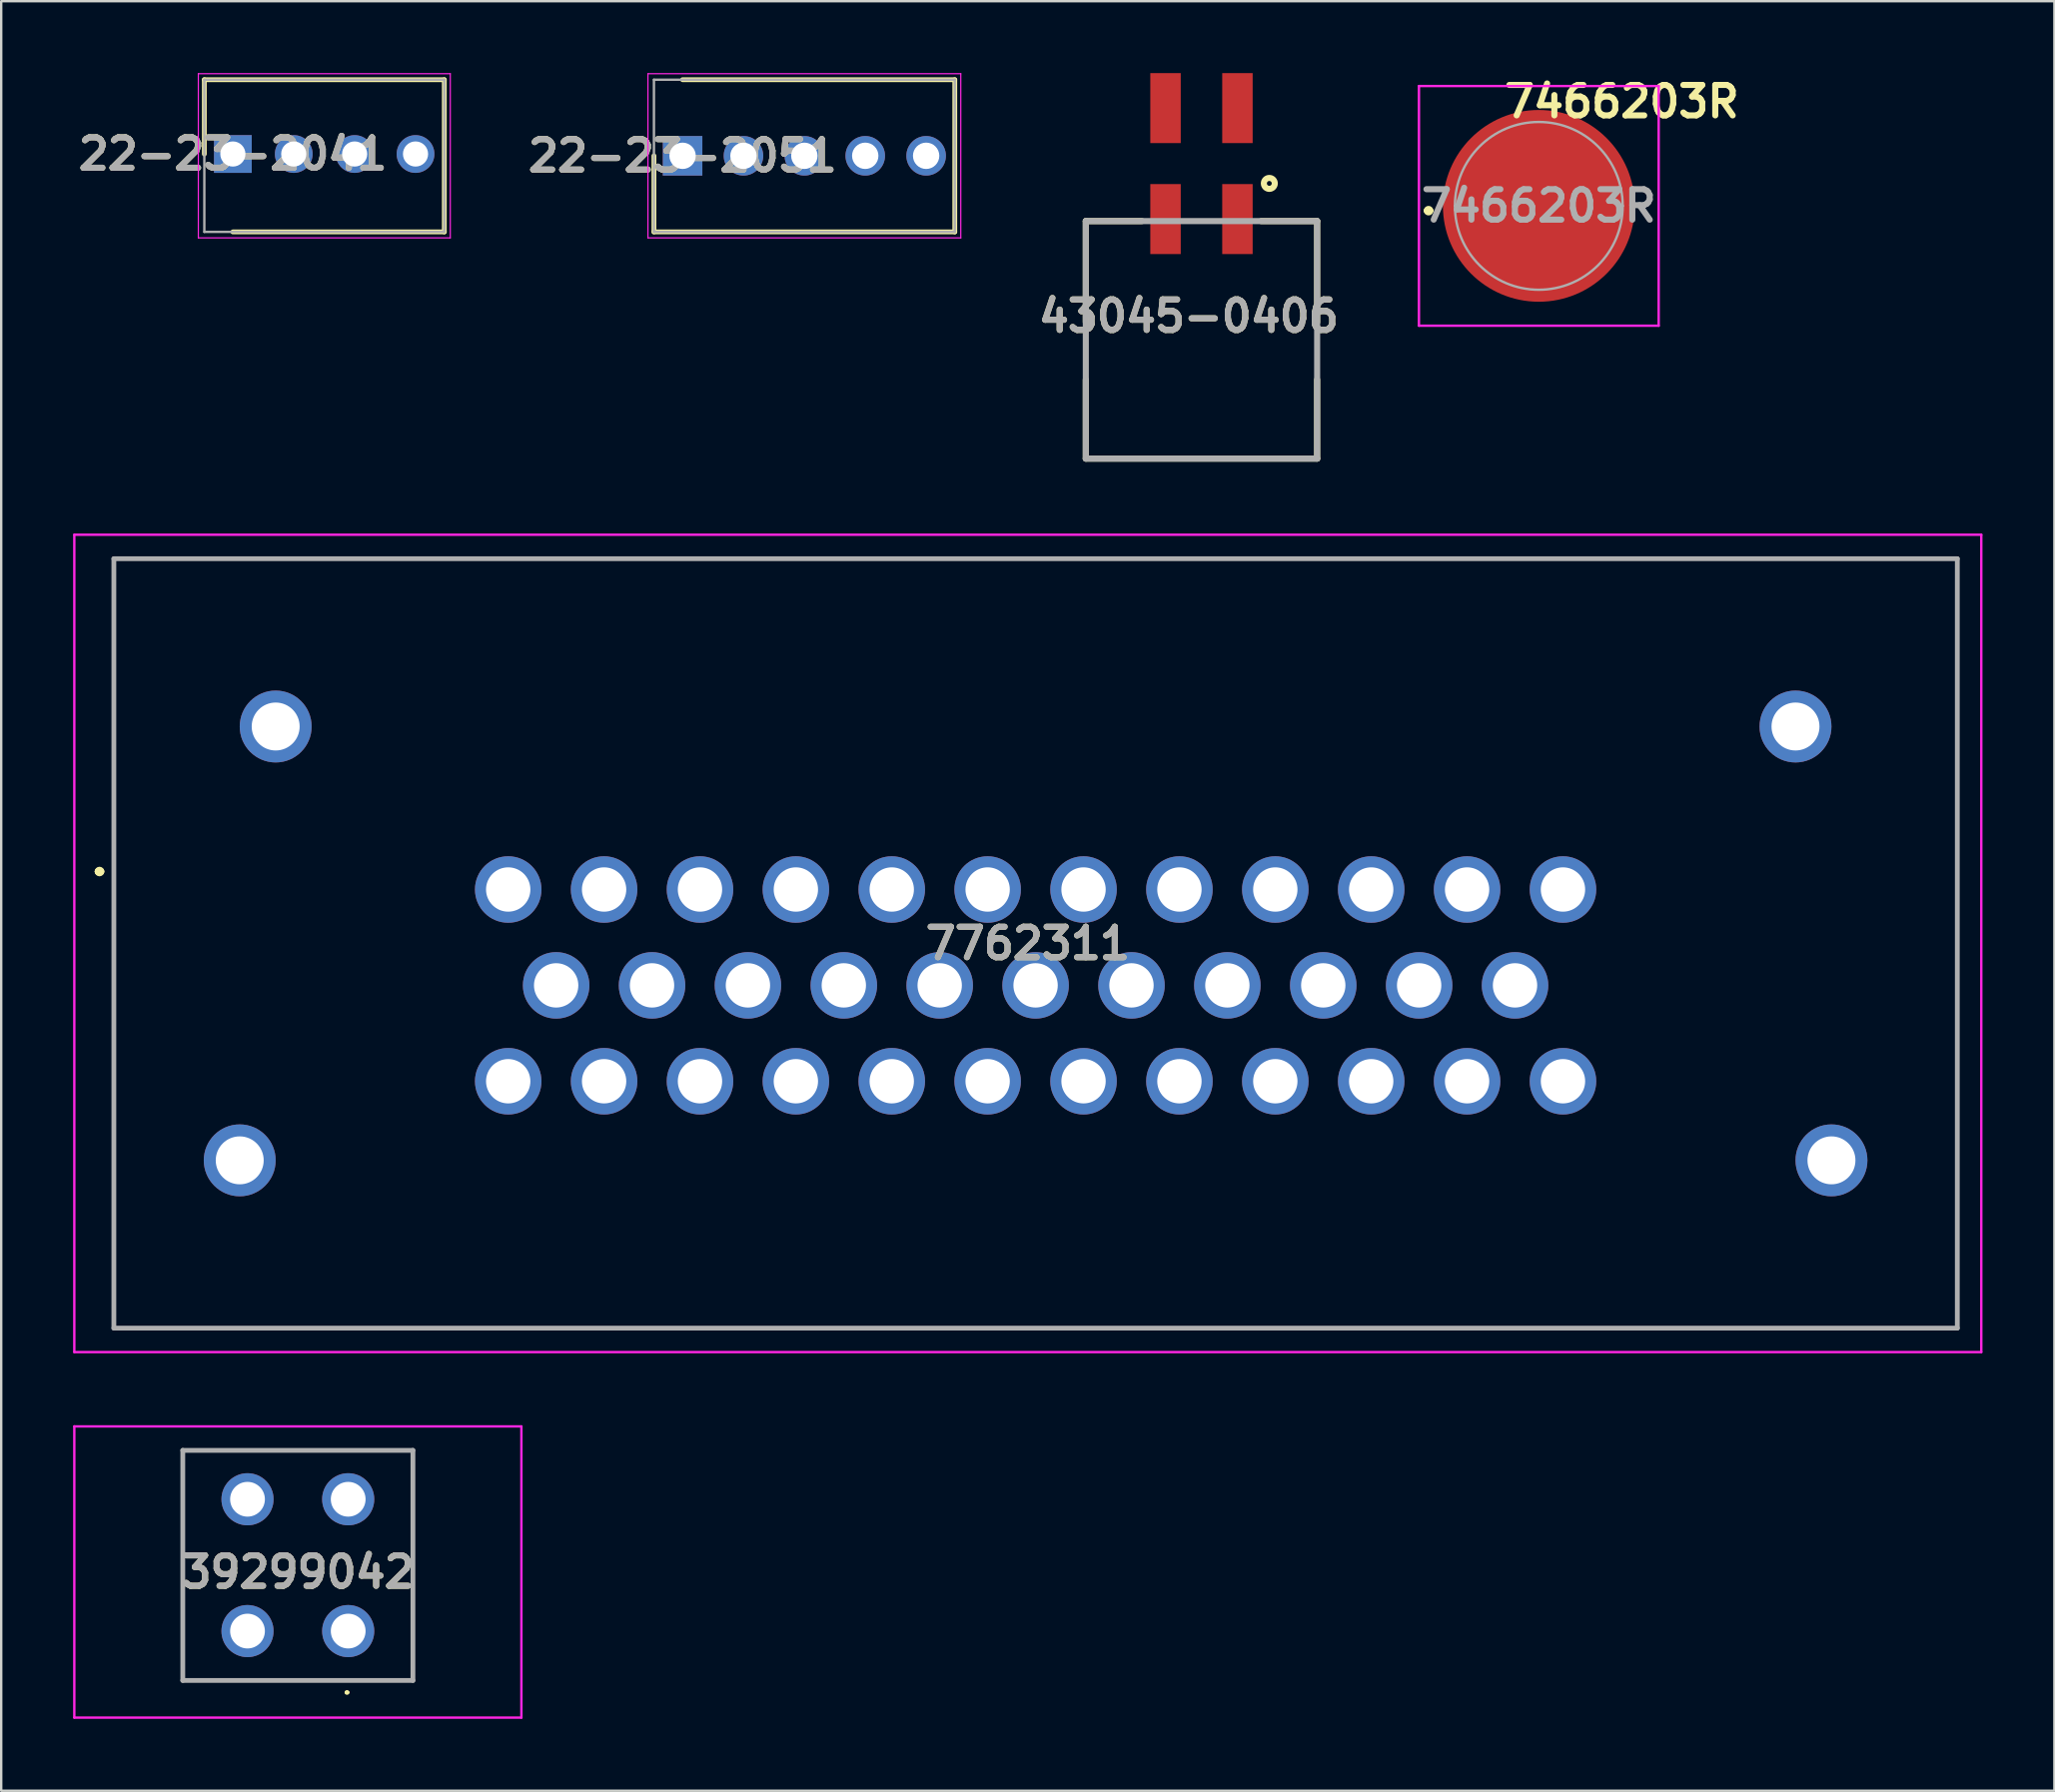
<source format=kicad_pcb>
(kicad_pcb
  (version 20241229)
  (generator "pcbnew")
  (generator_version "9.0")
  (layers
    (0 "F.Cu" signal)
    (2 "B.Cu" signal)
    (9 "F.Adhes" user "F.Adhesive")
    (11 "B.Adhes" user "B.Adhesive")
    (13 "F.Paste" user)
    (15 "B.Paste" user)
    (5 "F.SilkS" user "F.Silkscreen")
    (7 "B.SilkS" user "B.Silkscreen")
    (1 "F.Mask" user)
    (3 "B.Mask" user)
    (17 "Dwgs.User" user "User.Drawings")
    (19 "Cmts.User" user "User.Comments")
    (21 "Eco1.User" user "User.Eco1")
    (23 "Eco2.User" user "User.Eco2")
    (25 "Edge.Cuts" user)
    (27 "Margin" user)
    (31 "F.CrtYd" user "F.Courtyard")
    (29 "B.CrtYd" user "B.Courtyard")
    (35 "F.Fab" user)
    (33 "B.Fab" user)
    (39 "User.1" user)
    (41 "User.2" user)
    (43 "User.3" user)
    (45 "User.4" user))
  (footprint "7762311"
    (layer "F.Cu")
    (at 18.15 34.061)
    (property "Reference" "7762311" (at 21.675 2.25 0) (layer "F.SilkS") (effects (font (size 1.27 1.27) (thickness 0.254))))
    (attr through_hole)
    (fp_line (start -17.1 -0.75) (end -17.1 -0.75) (stroke (width 0.3) (type solid)) (layer "F.SilkS"))
    (fp_line (start -17 -0.75) (end -17 -0.75) (stroke (width 0.3) (type solid)) (layer "F.SilkS"))
    (fp_line (start -16.45 -13.8) (end 60.45 -13.8) (stroke (width 0.1) (type solid)) (layer "F.SilkS"))
    (fp_line (start -16.45 18.3) (end -16.45 -13.8) (stroke (width 0.1) (type solid)) (layer "F.SilkS"))
    (fp_line (start 60.45 -13.8) (end 60.45 18.3) (stroke (width 0.1) (type solid)) (layer "F.SilkS"))
    (fp_line (start 60.45 18.3) (end -16.45 18.3) (stroke (width 0.1) (type solid)) (layer "F.SilkS"))
    (fp_arc (start -17.1 -0.75) (mid -17.05 -0.8) (end -17 -0.75) (stroke (width 0.3) (type solid)) (layer "F.SilkS"))
    (fp_arc (start -17 -0.75) (mid -17.05 -0.7) (end -17.1 -0.75) (stroke (width 0.3) (type solid)) (layer "F.SilkS"))
    (fp_line (start -18.1 -14.8) (end 61.45 -14.8) (stroke (width 0.1) (type solid)) (layer "F.CrtYd"))
    (fp_line (start -18.1 19.3) (end -18.1 -14.8) (stroke (width 0.1) (type solid)) (layer "F.CrtYd"))
    (fp_line (start 61.45 -14.8) (end 61.45 19.3) (stroke (width 0.1) (type solid)) (layer "F.CrtYd"))
    (fp_line (start 61.45 19.3) (end -18.1 19.3) (stroke (width 0.1) (type solid)) (layer "F.CrtYd"))
    (fp_line (start -16.45 -13.8) (end 60.45 -13.8) (stroke (width 0.2) (type solid)) (layer "F.Fab"))
    (fp_line (start -16.45 18.3) (end -16.45 -13.8) (stroke (width 0.2) (type solid)) (layer "F.Fab"))
    (fp_line (start 60.45 -13.8) (end 60.45 18.3) (stroke (width 0.2) (type solid)) (layer "F.Fab"))
    (fp_line (start 60.45 18.3) (end -16.45 18.3) (stroke (width 0.2) (type solid)) (layer "F.Fab"))
    (fp_text user "${REFERENCE}" (at 21.675 2.25 0) (layer "F.Fab") (effects (font (size 1.27 1.27) (thickness 0.254))))
    (pad "" thru_hole circle (at -11.2 11.3) (size 3 3) (drill 2) (layers "*.Cu" "*.Mask"))
    (pad "" thru_hole circle (at -9.7 -6.8) (size 3 3) (drill 2) (layers "*.Cu" "*.Mask"))
    (pad "" thru_hole circle (at 53.7 -6.8) (size 3 3) (drill 2) (layers "*.Cu" "*.Mask"))
    (pad "" thru_hole circle (at 55.2 11.3) (size 3 3) (drill 2) (layers "*.Cu" "*.Mask"))
    (pad "1" thru_hole circle (at 0 0) (size 2.775 2.775) (drill 1.85) (layers "*.Cu" "*.Mask"))
    (pad "2" thru_hole circle (at 4 0) (size 2.775 2.775) (drill 1.85) (layers "*.Cu" "*.Mask"))
    (pad "3" thru_hole circle (at 8 0) (size 2.775 2.775) (drill 1.85) (layers "*.Cu" "*.Mask"))
    (pad "4" thru_hole circle (at 12 0) (size 2.775 2.775) (drill 1.85) (layers "*.Cu" "*.Mask"))
    (pad "5" thru_hole circle (at 16 0) (size 2.775 2.775) (drill 1.85) (layers "*.Cu" "*.Mask"))
    (pad "6" thru_hole circle (at 20 0) (size 2.775 2.775) (drill 1.85) (layers "*.Cu" "*.Mask"))
    (pad "7" thru_hole circle (at 24 0) (size 2.775 2.775) (drill 1.85) (layers "*.Cu" "*.Mask"))
    (pad "8" thru_hole circle (at 28 0) (size 2.775 2.775) (drill 1.85) (layers "*.Cu" "*.Mask"))
    (pad "9" thru_hole circle (at 32 0) (size 2.775 2.775) (drill 1.85) (layers "*.Cu" "*.Mask"))
    (pad "10" thru_hole circle (at 36 0) (size 2.775 2.775) (drill 1.85) (layers "*.Cu" "*.Mask"))
    (pad "11" thru_hole circle (at 40 0) (size 2.775 2.775) (drill 1.85) (layers "*.Cu" "*.Mask"))
    (pad "12" thru_hole circle (at 44 0) (size 2.775 2.775) (drill 1.85) (layers "*.Cu" "*.Mask"))
    (pad "13" thru_hole circle (at 2 4) (size 2.775 2.775) (drill 1.85) (layers "*.Cu" "*.Mask"))
    (pad "14" thru_hole circle (at 6 4) (size 2.775 2.775) (drill 1.85) (layers "*.Cu" "*.Mask"))
    (pad "15" thru_hole circle (at 10 4) (size 2.775 2.775) (drill 1.85) (layers "*.Cu" "*.Mask"))
    (pad "16" thru_hole circle (at 14 4) (size 2.775 2.775) (drill 1.85) (layers "*.Cu" "*.Mask"))
    (pad "17" thru_hole circle (at 18 4) (size 2.775 2.775) (drill 1.85) (layers "*.Cu" "*.Mask"))
    (pad "18" thru_hole circle (at 22 4) (size 2.775 2.775) (drill 1.85) (layers "*.Cu" "*.Mask"))
    (pad "19" thru_hole circle (at 26 4) (size 2.775 2.775) (drill 1.85) (layers "*.Cu" "*.Mask"))
    (pad "20" thru_hole circle (at 30 4) (size 2.775 2.775) (drill 1.85) (layers "*.Cu" "*.Mask"))
    (pad "21" thru_hole circle (at 34 4) (size 2.775 2.775) (drill 1.85) (layers "*.Cu" "*.Mask"))
    (pad "22" thru_hole circle (at 38 4) (size 2.775 2.775) (drill 1.85) (layers "*.Cu" "*.Mask"))
    (pad "23" thru_hole circle (at 42 4) (size 2.775 2.775) (drill 1.85) (layers "*.Cu" "*.Mask"))
    (pad "24" thru_hole circle (at 0 8) (size 2.775 2.775) (drill 1.85) (layers "*.Cu" "*.Mask"))
    (pad "25" thru_hole circle (at 4 8) (size 2.775 2.775) (drill 1.85) (layers "*.Cu" "*.Mask"))
    (pad "26" thru_hole circle (at 8 8) (size 2.775 2.775) (drill 1.85) (layers "*.Cu" "*.Mask"))
    (pad "27" thru_hole circle (at 12 8) (size 2.775 2.775) (drill 1.85) (layers "*.Cu" "*.Mask"))
    (pad "28" thru_hole circle (at 16 8) (size 2.775 2.775) (drill 1.85) (layers "*.Cu" "*.Mask"))
    (pad "29" thru_hole circle (at 20 8) (size 2.775 2.775) (drill 1.85) (layers "*.Cu" "*.Mask"))
    (pad "30" thru_hole circle (at 24 8) (size 2.775 2.775) (drill 1.85) (layers "*.Cu" "*.Mask"))
    (pad "31" thru_hole circle (at 28 8) (size 2.775 2.775) (drill 1.85) (layers "*.Cu" "*.Mask"))
    (pad "32" thru_hole circle (at 32 8) (size 2.775 2.775) (drill 1.85) (layers "*.Cu" "*.Mask"))
    (pad "33" thru_hole circle (at 36 8) (size 2.775 2.775) (drill 1.85) (layers "*.Cu" "*.Mask"))
    (pad "34" thru_hole circle (at 40 8) (size 2.775 2.775) (drill 1.85) (layers "*.Cu" "*.Mask"))
    (pad "35" thru_hole circle (at 44 8) (size 2.775 2.775) (drill 1.85) (layers "*.Cu" "*.Mask")))
  (footprint "22-23-2051"
    (layer "F.Cu")
    (at 25.424 3.45)
    (property "Reference" "22-23-2051" (at 0 0 0) (layer "F.SilkS") (effects (font (size 1.27 1.27) (thickness 0.254))))
    (attr through_hole)
    (fp_line (start -1.195 0) (end -1.195 3.175) (stroke (width 0.2) (type solid)) (layer "F.SilkS"))
    (fp_line (start -1.195 3.175) (end 11.355 3.175) (stroke (width 0.2) (type solid)) (layer "F.SilkS"))
    (fp_line (start 11.355 -3.175) (end 0 -3.175) (stroke (width 0.2) (type solid)) (layer "F.SilkS"))
    (fp_line (start 11.355 3.175) (end 11.355 -3.175) (stroke (width 0.2) (type solid)) (layer "F.SilkS"))
    (fp_line (start -1.445 -3.425) (end 11.605 -3.425) (stroke (width 0.05) (type solid)) (layer "F.CrtYd"))
    (fp_line (start -1.445 3.425) (end -1.445 -3.425) (stroke (width 0.05) (type solid)) (layer "F.CrtYd"))
    (fp_line (start 11.605 -3.425) (end 11.605 3.425) (stroke (width 0.05) (type solid)) (layer "F.CrtYd"))
    (fp_line (start 11.605 3.425) (end -1.445 3.425) (stroke (width 0.05) (type solid)) (layer "F.CrtYd"))
    (fp_line (start -1.195 -3.175) (end 11.355 -3.175) (stroke (width 0.1) (type solid)) (layer "F.Fab"))
    (fp_line (start -1.195 3.175) (end -1.195 -3.175) (stroke (width 0.1) (type solid)) (layer "F.Fab"))
    (fp_line (start 11.355 -3.175) (end 11.355 3.175) (stroke (width 0.1) (type solid)) (layer "F.Fab"))
    (fp_line (start 11.355 3.175) (end -1.195 3.175) (stroke (width 0.1) (type solid)) (layer "F.Fab"))
    (fp_text user "${REFERENCE}" (at 0 0 0) (layer "F.Fab") (effects (font (size 1.27 1.27) (thickness 0.254))))
    (pad "1" thru_hole rect (at 0 0) (size 1.65 1.65) (drill 1.1) (layers "*.Cu" "*.Mask"))
    (pad "2" thru_hole circle (at 2.54 0) (size 1.65 1.65) (drill 1.1) (layers "*.Cu" "*.Mask"))
    (pad "3" thru_hole circle (at 5.08 0) (size 1.65 1.65) (drill 1.1) (layers "*.Cu" "*.Mask"))
    (pad "4" thru_hole circle (at 7.62 0) (size 1.65 1.65) (drill 1.1) (layers "*.Cu" "*.Mask"))
    (pad "5" thru_hole circle (at 10.16 0) (size 1.65 1.65) (drill 1.1) (layers "*.Cu" "*.Mask")))
  (footprint "7466203R"
    (layer "F.Cu")
    (at 61.142 5.539)
    (property "Reference" "7466203R" (at 3.46 -4.35 0) (layer "F.SilkS") (effects (font (size 1.27 1.27) (thickness 0.254))))
    (attr smd)
    (fp_line (start -4.7 0.2) (end -4.7 0.2) (stroke (width 0.2) (type solid)) (layer "F.SilkS"))
    (fp_line (start -4.5 0.2) (end -4.5 0.2) (stroke (width 0.2) (type solid)) (layer "F.SilkS"))
    (fp_arc (start -4.7 0.2) (mid -4.6 0.1) (end -4.5 0.2) (stroke (width 0.2) (type solid)) (layer "F.SilkS"))
    (fp_arc (start -4.5 0.2) (mid -4.6 0.3) (end -4.7 0.2) (stroke (width 0.2) (type solid)) (layer "F.SilkS"))
    (fp_line (start -5 -5) (end 5 -5) (stroke (width 0.1) (type solid)) (layer "F.CrtYd"))
    (fp_line (start -5 5) (end -5 -5) (stroke (width 0.1) (type solid)) (layer "F.CrtYd"))
    (fp_line (start 5 -5) (end 5 5) (stroke (width 0.1) (type solid)) (layer "F.CrtYd"))
    (fp_line (start 5 5) (end -5 5) (stroke (width 0.1) (type solid)) (layer "F.CrtYd"))
    (fp_line (start -3.5 0) (end -3.5 0) (stroke (width 0.1) (type solid)) (layer "F.Fab"))
    (fp_line (start 3.5 0) (end 3.5 0) (stroke (width 0.1) (type solid)) (layer "F.Fab"))
    (fp_arc (start -3.5 0) (mid 0 -3.5) (end 3.5 0) (stroke (width 0.1) (type solid)) (layer "F.Fab"))
    (fp_arc (start 3.5 0) (mid 0 3.5) (end -3.5 0) (stroke (width 0.1) (type solid)) (layer "F.Fab"))
    (fp_text user "${REFERENCE}" (at 0 0 0) (layer "F.Fab") (effects (font (size 1.27 1.27) (thickness 0.254))))
    (pad "1" smd circle (at 0 0 90) (size 8 8) (layers "F.Cu" "F.Mask" "F.Paste")))
  (footprint "39299042"
    (layer "F.Cu")
    (at 11.475 65.001)
    (property "Reference" "39299042" (at -2.1 -2.465 0) (layer "F.SilkS") (effects (font (size 1.27 1.27) (thickness 0.254))))
    (attr through_hole)
    (fp_line (start -6.9 -7.54) (end 2.7 -7.54) (stroke (width 0.1) (type solid)) (layer "F.SilkS"))
    (fp_line (start -6.9 2.06) (end -6.9 -7.54) (stroke (width 0.1) (type solid)) (layer "F.SilkS"))
    (fp_line (start -0.1 2.56) (end -0.1 2.56) (stroke (width 0.1) (type solid)) (layer "F.SilkS"))
    (fp_line (start 0 2.56) (end 0 2.56) (stroke (width 0.1) (type solid)) (layer "F.SilkS"))
    (fp_line (start 2.7 -7.54) (end 2.7 2.06) (stroke (width 0.1) (type solid)) (layer "F.SilkS"))
    (fp_line (start 2.7 2.06) (end -6.9 2.06) (stroke (width 0.1) (type solid)) (layer "F.SilkS"))
    (fp_arc (start -0.1 2.56) (mid -0.05 2.51) (end 0 2.56) (stroke (width 0.1) (type solid)) (layer "F.SilkS"))
    (fp_arc (start 0 2.56) (mid -0.05 2.61) (end -0.1 2.56) (stroke (width 0.1) (type solid)) (layer "F.SilkS"))
    (fp_line (start -11.425 -8.54) (end 7.225 -8.54) (stroke (width 0.1) (type solid)) (layer "F.CrtYd"))
    (fp_line (start -11.425 3.61) (end -11.425 -8.54) (stroke (width 0.1) (type solid)) (layer "F.CrtYd"))
    (fp_line (start 7.225 -8.54) (end 7.225 3.61) (stroke (width 0.1) (type solid)) (layer "F.CrtYd"))
    (fp_line (start 7.225 3.61) (end -11.425 3.61) (stroke (width 0.1) (type solid)) (layer "F.CrtYd"))
    (fp_line (start -6.9 -7.54) (end 2.7 -7.54) (stroke (width 0.2) (type solid)) (layer "F.Fab"))
    (fp_line (start -6.9 2.06) (end -6.9 -7.54) (stroke (width 0.2) (type solid)) (layer "F.Fab"))
    (fp_line (start 2.7 -7.54) (end 2.7 2.06) (stroke (width 0.2) (type solid)) (layer "F.Fab"))
    (fp_line (start 2.7 2.06) (end -6.9 2.06) (stroke (width 0.2) (type solid)) (layer "F.Fab"))
    (fp_text user "${REFERENCE}" (at -2.1 -2.465 0) (layer "F.Fab") (effects (font (size 1.27 1.27) (thickness 0.254))))
    (pad "" np_thru_hole circle (at -8.9 -5.04) (size 0.001 0.001) (drill 3.05) (layers "*.Cu" "*.Mask"))
    (pad "" np_thru_hole circle (at 4.7 -5.04) (size 0.001 0.001) (drill 3.05) (layers "*.Cu" "*.Mask"))
    (pad "1" thru_hole circle (at 0 0) (size 2.175 2.175) (drill 1.45) (layers "*.Cu" "*.Mask"))
    (pad "2" thru_hole circle (at -4.2 0) (size 2.175 2.175) (drill 1.45) (layers "*.Cu" "*.Mask"))
    (pad "3" thru_hole circle (at 0 -5.5) (size 2.175 2.175) (drill 1.45) (layers "*.Cu" "*.Mask"))
    (pad "4" thru_hole circle (at -4.2 -5.5) (size 2.175 2.175) (drill 1.45) (layers "*.Cu" "*.Mask")))
  (footprint "22-23-2041"
    (layer "F.Cu")
    (at 6.664 3.375)
    (property "Reference" "22-23-2041" (at 0 0 0) (layer "F.SilkS") (effects (font (size 1.27 1.27) (thickness 0.254))))
    (attr through_hole)
    (fp_line (start -1.19 -3.1) (end -1.19 0) (stroke (width 0.2) (type solid)) (layer "F.SilkS"))
    (fp_line (start 0 3.25) (end 8.82 3.25) (stroke (width 0.2) (type solid)) (layer "F.SilkS"))
    (fp_line (start 8.82 -3.1) (end -1.19 -3.1) (stroke (width 0.2) (type solid)) (layer "F.SilkS"))
    (fp_line (start 8.82 3.25) (end 8.82 -3.1) (stroke (width 0.2) (type solid)) (layer "F.SilkS"))
    (fp_line (start -1.44 -3.35) (end 9.07 -3.35) (stroke (width 0.05) (type solid)) (layer "F.CrtYd"))
    (fp_line (start -1.44 3.5) (end -1.44 -3.35) (stroke (width 0.05) (type solid)) (layer "F.CrtYd"))
    (fp_line (start 9.07 -3.35) (end 9.07 3.5) (stroke (width 0.05) (type solid)) (layer "F.CrtYd"))
    (fp_line (start 9.07 3.5) (end -1.44 3.5) (stroke (width 0.05) (type solid)) (layer "F.CrtYd"))
    (fp_line (start -1.19 -3.1) (end 8.82 -3.1) (stroke (width 0.1) (type solid)) (layer "F.Fab"))
    (fp_line (start -1.19 3.25) (end -1.19 -3.1) (stroke (width 0.1) (type solid)) (layer "F.Fab"))
    (fp_line (start 8.82 -3.1) (end 8.82 3.25) (stroke (width 0.1) (type solid)) (layer "F.Fab"))
    (fp_line (start 8.82 3.25) (end -1.19 3.25) (stroke (width 0.1) (type solid)) (layer "F.Fab"))
    (fp_text user "${REFERENCE}" (at 0 0 0) (layer "F.Fab") (effects (font (size 1.27 1.27) (thickness 0.254))))
    (pad "1" thru_hole rect (at 0 0) (size 1.575 1.575) (drill 1.05) (layers "*.Cu" "*.Mask"))
    (pad "2" thru_hole circle (at 2.54 0) (size 1.575 1.575) (drill 1.05) (layers "*.Cu" "*.Mask"))
    (pad "3" thru_hole circle (at 5.08 0) (size 1.575 1.575) (drill 1.05) (layers "*.Cu" "*.Mask"))
    (pad "4" thru_hole circle (at 7.62 0) (size 1.575 1.575) (drill 1.05) (layers "*.Cu" "*.Mask")))
  (footprint "43045-0406"
    (layer "F.Cu")
    (at 47.07 6.09)
    (property "Reference" "43045-0406" (at -0.533 4.049 0) (layer "F.SilkS") (effects (font (size 1.27 1.27) (thickness 0.254))))
    (attr through_hole)
    (fp_line (start -4.825 0.084) (end -4.825 4.3) (stroke (width 0.254) (type solid)) (layer "F.SilkS"))
    (fp_line (start -4.825 0.084) (end -2.484 0.084) (stroke (width 0.254) (type solid)) (layer "F.SilkS"))
    (fp_line (start -4.825 9.994) (end -4.825 6.7) (stroke (width 0.254) (type solid)) (layer "F.SilkS"))
    (fp_line (start -4.825 9.994) (end 4.825 9.994) (stroke (width 0.254) (type solid)) (layer "F.SilkS"))
    (fp_line (start 4.825 0.084) (end 2.489 0.084) (stroke (width 0.254) (type solid)) (layer "F.SilkS"))
    (fp_line (start 4.825 0.084) (end 4.825 4.3) (stroke (width 0.254) (type solid)) (layer "F.SilkS"))
    (fp_line (start 4.825 9.994) (end 4.825 6.7) (stroke (width 0.254) (type solid)) (layer "F.SilkS"))
    (fp_circle (center 2.83 -1.488) (end 2.83 -1.387) (stroke (width 0.254) (type solid)) (fill no) (layer "F.SilkS"))
    (fp_line (start -4.825 0.084) (end 4.825 0.084) (stroke (width 0.254) (type solid)) (layer "F.Fab"))
    (fp_line (start -4.825 9.994) (end -4.825 0.084) (stroke (width 0.254) (type solid)) (layer "F.Fab"))
    (fp_line (start 4.825 0.084) (end 4.825 9.994) (stroke (width 0.254) (type solid)) (layer "F.Fab"))
    (fp_line (start 4.825 9.994) (end -4.825 9.994) (stroke (width 0.254) (type solid)) (layer "F.Fab"))
    (fp_text user "${REFERENCE}" (at -0.533 4.049 0) (layer "F.Fab") (effects (font (size 1.27 1.27) (thickness 0.254))))
    (pad "" np_thru_hole circle (at -3.65 5.47) (size 0.001 0.001) (drill 2.46) (layers "*.Cu" "*.Mask"))
    (pad "" np_thru_hole circle (at 3.65 5.47) (size 0.001 0.001) (drill 2.46) (layers "*.Cu" "*.Mask"))
    (pad "1" smd rect (at 1.5 0) (size 1.27 2.92) (layers "F.Cu" "F.Mask" "F.Paste"))
    (pad "2" smd rect (at -1.5 0) (size 1.27 2.92) (layers "F.Cu" "F.Mask" "F.Paste"))
    (pad "3" smd rect (at 1.5 -4.63) (size 1.27 2.92) (layers "F.Cu" "F.Mask" "F.Paste"))
    (pad "4" smd rect (at -1.5 -4.63) (size 1.27 2.92) (layers "F.Cu" "F.Mask" "F.Paste")))
  (gr_rect
    (start -3 -3)
    (end 82.65 71.661)
    (stroke (width 0.1) (type default))
    (fill no)
    (layer "Edge.Cuts")))
</source>
